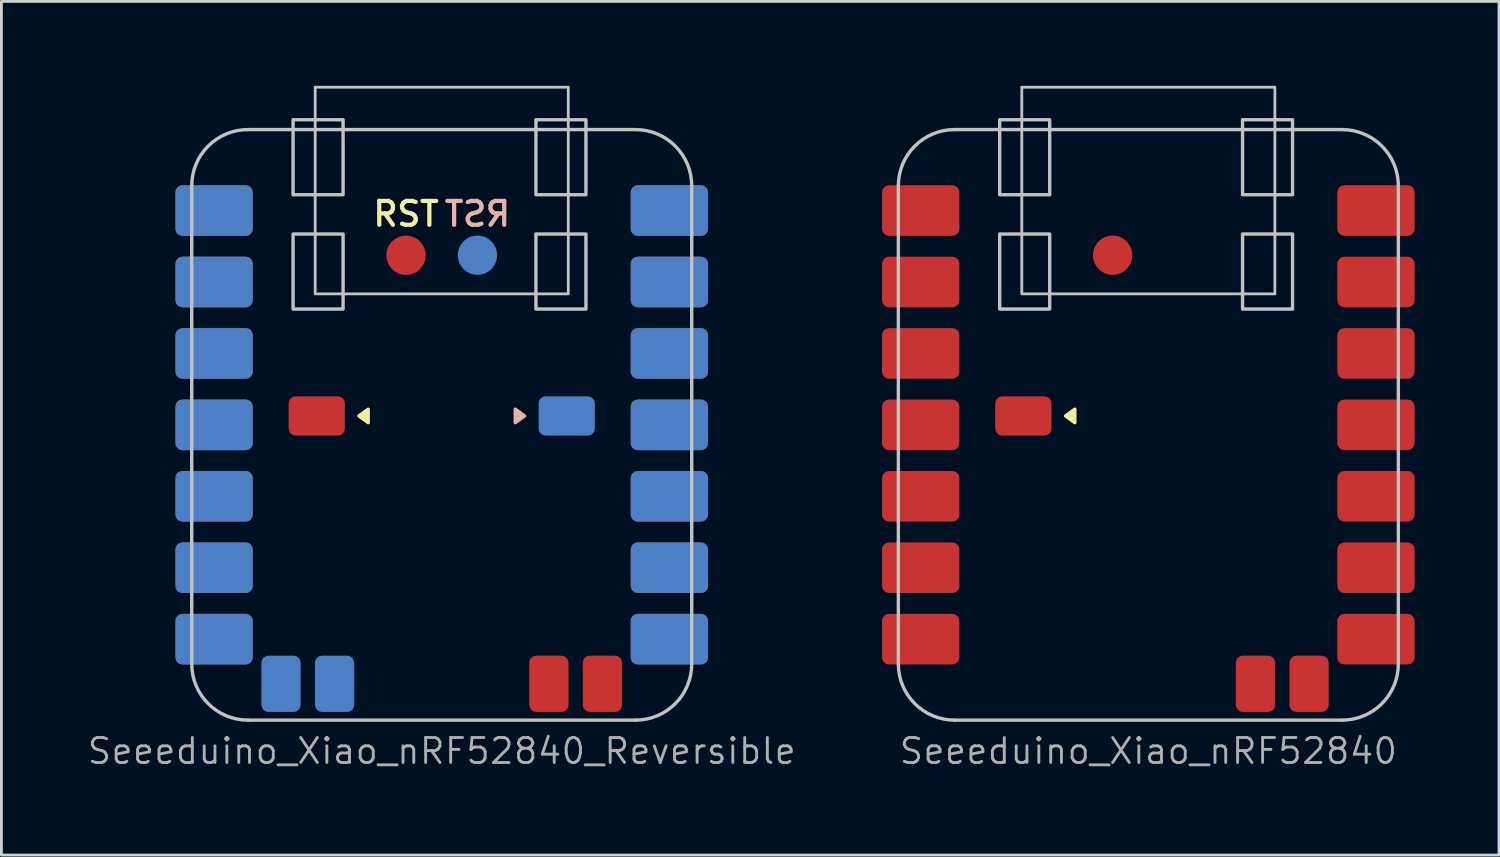
<source format=kicad_pcb>
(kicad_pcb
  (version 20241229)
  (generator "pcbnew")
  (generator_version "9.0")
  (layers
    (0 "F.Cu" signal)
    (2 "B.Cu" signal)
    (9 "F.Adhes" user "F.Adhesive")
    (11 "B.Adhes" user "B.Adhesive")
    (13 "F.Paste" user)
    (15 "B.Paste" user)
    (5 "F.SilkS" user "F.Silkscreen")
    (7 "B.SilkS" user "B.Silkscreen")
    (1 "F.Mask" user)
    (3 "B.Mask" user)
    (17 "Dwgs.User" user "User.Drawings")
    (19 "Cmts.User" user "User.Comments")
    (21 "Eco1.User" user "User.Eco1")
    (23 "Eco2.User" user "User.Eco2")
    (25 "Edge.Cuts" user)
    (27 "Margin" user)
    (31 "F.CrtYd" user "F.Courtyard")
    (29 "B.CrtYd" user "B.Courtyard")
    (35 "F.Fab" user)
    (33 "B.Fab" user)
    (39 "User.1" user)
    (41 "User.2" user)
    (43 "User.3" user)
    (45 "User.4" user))
  (footprint "Seeeduino_Xiao_nRF52840"
    (layer "F.Cu")
    (at 37.785 12.058)
    (property "Reference" "Seeeduino_Xiao_nRF52840" (at 0 11.6 0) (layer "F.Fab") (effects (font (size 0.889 0.889) (thickness 0.102))))
    (attr smd exclude_from_pos_files)
    (fp_poly (pts (xy -2.945 -0.317) (xy -2.615 -0.077) (xy -2.615 -0.557) (xy -2.945 -0.317)) (stroke (width 0.12) (type solid)) (fill yes) (layer "F.SilkS"))
    (fp_line (start -8.89 -8.5) (end -8.89 8.5) (stroke (width 0.12) (type default)) (layer "Dwgs.User"))
    (fp_line (start -6.89 10.5) (end 6.89 10.5) (stroke (width 0.12) (type default)) (layer "Dwgs.User"))
    (fp_line (start 6.89 -10.5) (end -6.89 -10.5) (stroke (width 0.12) (type default)) (layer "Dwgs.User"))
    (fp_line (start 8.89 8.5) (end 8.89 -8.5) (stroke (width 0.12) (type default)) (layer "Dwgs.User"))
    (fp_rect (start -5.286 -6.786) (end -3.508 -4.119) (stroke (width 0.12) (type solid)) (fill no) (layer "Dwgs.User"))
    (fp_rect (start -4.5 -12.008) (end 4.5 -4.658) (stroke (width 0.1) (type default)) (fill no) (layer "Dwgs.User"))
    (fp_rect (start -3.508 -8.183) (end -5.286 -10.85) (stroke (width 0.12) (type solid)) (fill no) (layer "Dwgs.User"))
    (fp_rect (start 3.35 -10.85) (end 5.128 -8.183) (stroke (width 0.12) (type solid)) (fill no) (layer "Dwgs.User"))
    (fp_rect (start 3.35 -6.786) (end 5.128 -4.119) (stroke (width 0.12) (type solid)) (fill no) (layer "Dwgs.User"))
    (fp_arc (start -8.89 -8.5) (mid -8.304214 -9.914214) (end -6.89 -10.5) (stroke (width 0.12) (type default)) (layer "Dwgs.User"))
    (fp_arc (start -6.89 10.5) (mid -8.304214 9.914214) (end -8.89 8.5) (stroke (width 0.12) (type default)) (layer "Dwgs.User"))
    (fp_arc (start 6.89 -10.5) (mid 8.304214 -9.914214) (end 8.89 -8.5) (stroke (width 0.12) (type default)) (layer "Dwgs.User"))
    (fp_arc (start 8.89 8.5) (mid 8.304214 9.914214) (end 6.89 10.5) (stroke (width 0.12) (type default)) (layer "Dwgs.User"))
    (pad "1" smd roundrect (at -8.57 -7.62 180) (size 2.75 1.8) (drill (offset -0.475 0)) (layers "F.Cu" "F.Mask" "F.Paste") (roundrect_rratio 0.139))
    (pad "2" smd roundrect (at -8.57 -5.08 180) (size 2.75 1.8) (drill (offset -0.475 0)) (layers "F.Cu" "F.Mask" "F.Paste") (roundrect_rratio 0.139))
    (pad "3" smd roundrect (at -8.57 -2.54 180) (size 2.75 1.8) (drill (offset -0.475 0)) (layers "F.Cu" "F.Mask" "F.Paste") (roundrect_rratio 0.139))
    (pad "4" smd roundrect (at -8.57 0 180) (size 2.75 1.8) (drill (offset -0.475 0)) (layers "F.Cu" "F.Mask" "F.Paste") (roundrect_rratio 0.139))
    (pad "5" smd roundrect (at -8.57 2.54 180) (size 2.75 1.8) (drill (offset -0.475 0)) (layers "F.Cu" "F.Mask" "F.Paste") (roundrect_rratio 0.139))
    (pad "6" smd roundrect (at -8.57 5.08 180) (size 2.75 1.8) (drill (offset -0.475 0)) (layers "F.Cu" "F.Mask" "F.Paste") (roundrect_rratio 0.139))
    (pad "7" smd roundrect (at -8.57 7.62 180) (size 2.75 1.8) (drill (offset -0.475 0)) (layers "F.Cu" "F.Mask" "F.Paste") (roundrect_rratio 0.139))
    (pad "8" smd roundrect (at 8.57 7.62) (size 2.75 1.8) (drill (offset -0.475 0)) (layers "F.Cu" "F.Mask" "F.Paste") (roundrect_rratio 0.139))
    (pad "9" smd roundrect (at 8.57 5.08) (size 2.75 1.8) (drill (offset -0.475 0)) (layers "F.Cu" "F.Mask" "F.Paste") (roundrect_rratio 0.139))
    (pad "10" smd roundrect (at 8.57 2.54) (size 2.75 1.8) (drill (offset -0.475 0)) (layers "F.Cu" "F.Mask" "F.Paste") (roundrect_rratio 0.139))
    (pad "11" smd roundrect (at 8.57 0) (size 2.75 1.8) (drill (offset -0.475 0)) (layers "F.Cu" "F.Mask" "F.Paste") (roundrect_rratio 0.139))
    (pad "12" smd roundrect (at 8.57 -2.54) (size 2.75 1.8) (drill (offset -0.475 0)) (layers "F.Cu" "F.Mask" "F.Paste") (roundrect_rratio 0.139))
    (pad "13" smd roundrect (at 8.57 -5.08) (size 2.75 1.8) (drill (offset -0.475 0)) (layers "F.Cu" "F.Mask" "F.Paste") (roundrect_rratio 0.139))
    (pad "14" smd roundrect (at 8.57 -7.62) (size 2.75 1.8) (drill (offset -0.475 0)) (layers "F.Cu" "F.Mask" "F.Paste") (roundrect_rratio 0.139))
    (pad "16" smd roundrect (at -4.445 -0.317 180) (size 2 1.397) (layers "F.Cu" "F.Mask" "F.Paste") (roundrect_rratio 0.179))
    (pad "17" smd roundrect (at 3.81 9.208 180) (size 1.397 2) (layers "F.Cu" "F.Mask" "F.Paste") (roundrect_rratio 0.179))
    (pad "18" smd roundrect (at 5.715 9.208 180) (size 1.397 2) (layers "F.Cu" "F.Mask" "F.Paste") (roundrect_rratio 0.179))
    (pad "21" smd circle (at -1.27 -6.032 90) (size 1.397 1.397) (layers "F.Cu" "F.Mask" "F.Paste")))
  (footprint "Seeeduino_Xiao_nRF52840_Reversible"
    (layer "F.Cu")
    (at 12.658 12.058)
    (property "Reference" "Seeeduino_Xiao_nRF52840_Reversible" (at 0 11.6 0) (layer "F.Fab") (effects (font (size 0.889 0.889) (thickness 0.102))))
    (attr smd exclude_from_pos_files)
    (fp_poly (pts (xy -2.945 -0.317) (xy -2.615 -0.077) (xy -2.615 -0.557) (xy -2.945 -0.317)) (stroke (width 0.12) (type solid)) (fill yes) (layer "F.SilkS"))
    (fp_poly (pts (xy 2.945 -0.317) (xy 2.615 -0.077) (xy 2.615 -0.557) (xy 2.945 -0.317)) (stroke (width 0.12) (type solid)) (fill yes) (layer "B.SilkS"))
    (fp_line (start -8.89 -8.5) (end -8.89 8.5) (stroke (width 0.12) (type default)) (layer "Dwgs.User"))
    (fp_line (start -6.89 10.5) (end 6.89 10.5) (stroke (width 0.12) (type default)) (layer "Dwgs.User"))
    (fp_line (start 6.89 -10.5) (end -6.89 -10.5) (stroke (width 0.12) (type default)) (layer "Dwgs.User"))
    (fp_line (start 8.89 8.5) (end 8.89 -8.5) (stroke (width 0.12) (type default)) (layer "Dwgs.User"))
    (fp_rect (start -5.286 -6.786) (end -3.508 -4.119) (stroke (width 0.12) (type solid)) (fill no) (layer "Dwgs.User"))
    (fp_rect (start -4.5 -12.008) (end 4.5 -4.658) (stroke (width 0.1) (type default)) (fill no) (layer "Dwgs.User"))
    (fp_rect (start -3.508 -8.183) (end -5.286 -10.85) (stroke (width 0.12) (type solid)) (fill no) (layer "Dwgs.User"))
    (fp_rect (start 3.35 -10.85) (end 5.128 -8.183) (stroke (width 0.12) (type solid)) (fill no) (layer "Dwgs.User"))
    (fp_rect (start 3.35 -6.786) (end 5.128 -4.119) (stroke (width 0.12) (type solid)) (fill no) (layer "Dwgs.User"))
    (fp_arc (start -8.89 -8.5) (mid -8.304214 -9.914214) (end -6.89 -10.5) (stroke (width 0.12) (type default)) (layer "Dwgs.User"))
    (fp_arc (start -6.89 10.5) (mid -8.304214 9.914214) (end -8.89 8.5) (stroke (width 0.12) (type default)) (layer "Dwgs.User"))
    (fp_arc (start 6.89 -10.5) (mid 8.304214 -9.914214) (end 8.89 -8.5) (stroke (width 0.12) (type default)) (layer "Dwgs.User"))
    (fp_arc (start 8.89 8.5) (mid 8.304214 9.914214) (end 6.89 10.5) (stroke (width 0.12) (type default)) (layer "Dwgs.User"))
    (fp_text user "RST" (at -1.27 -7.5 0) (unlocked yes) (layer "F.SilkS") (effects (font (size 0.85 0.85) (thickness 0.15) (bold yes))))
    (fp_text user "RST" (at 1.27 -7.5 0) (unlocked yes) (layer "B.SilkS") (effects (font (size 0.85 0.85) (thickness 0.15) (bold yes)) (justify mirror)))
    (pad "1" smd roundrect (at -8.57 -7.62 180) (size 2.75 1.8) (drill (offset -0.475 0)) (layers "F.Cu" "F.Mask" "F.Paste") (roundrect_rratio 0.139))
    (pad "1" smd roundrect (at 8.57 -7.62 180) (size 2.75 1.8) (drill (offset 0.475 0)) (layers "B.Cu" "B.Mask" "B.Paste") (roundrect_rratio 0.139))
    (pad "2" smd roundrect (at -8.57 -5.08 180) (size 2.75 1.8) (drill (offset -0.475 0)) (layers "F.Cu" "F.Mask" "F.Paste") (roundrect_rratio 0.139))
    (pad "2" smd roundrect (at 8.57 -5.08 180) (size 2.75 1.8) (drill (offset 0.475 0)) (layers "B.Cu" "B.Mask" "B.Paste") (roundrect_rratio 0.139))
    (pad "3" smd roundrect (at -8.57 -2.54 180) (size 2.75 1.8) (drill (offset -0.475 0)) (layers "F.Cu" "F.Mask" "F.Paste") (roundrect_rratio 0.139))
    (pad "3" smd roundrect (at 8.57 -2.54 180) (size 2.75 1.8) (drill (offset 0.475 0)) (layers "B.Cu" "B.Mask" "B.Paste") (roundrect_rratio 0.139))
    (pad "4" smd roundrect (at -8.57 0 180) (size 2.75 1.8) (drill (offset -0.475 0)) (layers "F.Cu" "F.Mask" "F.Paste") (roundrect_rratio 0.139))
    (pad "4" smd roundrect (at 8.57 0 180) (size 2.75 1.8) (drill (offset 0.475 0)) (layers "B.Cu" "B.Mask" "B.Paste") (roundrect_rratio 0.139))
    (pad "5" smd roundrect (at -8.57 2.54 180) (size 2.75 1.8) (drill (offset -0.475 0)) (layers "F.Cu" "F.Mask" "F.Paste") (roundrect_rratio 0.139))
    (pad "5" smd roundrect (at 8.57 2.54 180) (size 2.75 1.8) (drill (offset 0.475 0)) (layers "B.Cu" "B.Mask" "B.Paste") (roundrect_rratio 0.139))
    (pad "6" smd roundrect (at -8.57 5.08 180) (size 2.75 1.8) (drill (offset -0.475 0)) (layers "F.Cu" "F.Mask" "F.Paste") (roundrect_rratio 0.139))
    (pad "6" smd roundrect (at 8.57 5.08 180) (size 2.75 1.8) (drill (offset 0.475 0)) (layers "B.Cu" "B.Mask" "B.Paste") (roundrect_rratio 0.139))
    (pad "7" smd roundrect (at -8.57 7.62 180) (size 2.75 1.8) (drill (offset -0.475 0)) (layers "F.Cu" "F.Mask" "F.Paste") (roundrect_rratio 0.139))
    (pad "7" smd roundrect (at 8.57 7.62 180) (size 2.75 1.8) (drill (offset 0.475 0)) (layers "B.Cu" "B.Mask" "B.Paste") (roundrect_rratio 0.139))
    (pad "8" smd roundrect (at -8.57 7.62) (size 2.75 1.8) (drill (offset 0.475 0)) (layers "B.Cu" "B.Mask" "B.Paste") (roundrect_rratio 0.139))
    (pad "8" smd roundrect (at 8.57 7.62) (size 2.75 1.8) (drill (offset -0.475 0)) (layers "F.Cu" "F.Mask" "F.Paste") (roundrect_rratio 0.139))
    (pad "9" smd roundrect (at -8.57 5.08) (size 2.75 1.8) (drill (offset 0.475 0)) (layers "B.Cu" "B.Mask" "B.Paste") (roundrect_rratio 0.139))
    (pad "9" smd roundrect (at 8.57 5.08) (size 2.75 1.8) (drill (offset -0.475 0)) (layers "F.Cu" "F.Mask" "F.Paste") (roundrect_rratio 0.139))
    (pad "10" smd roundrect (at -8.57 2.54) (size 2.75 1.8) (drill (offset 0.475 0)) (layers "B.Cu" "B.Mask" "B.Paste") (roundrect_rratio 0.139))
    (pad "10" smd roundrect (at 8.57 2.54) (size 2.75 1.8) (drill (offset -0.475 0)) (layers "F.Cu" "F.Mask" "F.Paste") (roundrect_rratio 0.139))
    (pad "11" smd roundrect (at -8.57 0) (size 2.75 1.8) (drill (offset 0.475 0)) (layers "B.Cu" "B.Mask" "B.Paste") (roundrect_rratio 0.139))
    (pad "11" smd roundrect (at 8.57 0) (size 2.75 1.8) (drill (offset -0.475 0)) (layers "F.Cu" "F.Mask" "F.Paste") (roundrect_rratio 0.139))
    (pad "12" smd roundrect (at -8.57 -2.54) (size 2.75 1.8) (drill (offset 0.475 0)) (layers "B.Cu" "B.Mask" "B.Paste") (roundrect_rratio 0.139))
    (pad "12" smd roundrect (at 8.57 -2.54) (size 2.75 1.8) (drill (offset -0.475 0)) (layers "F.Cu" "F.Mask" "F.Paste") (roundrect_rratio 0.139))
    (pad "13" smd roundrect (at -8.57 -5.08) (size 2.75 1.8) (drill (offset 0.475 0)) (layers "B.Cu" "B.Mask" "B.Paste") (roundrect_rratio 0.139))
    (pad "13" smd roundrect (at 8.57 -5.08) (size 2.75 1.8) (drill (offset -0.475 0)) (layers "F.Cu" "F.Mask" "F.Paste") (roundrect_rratio 0.139))
    (pad "14" smd roundrect (at -8.57 -7.62) (size 2.75 1.8) (drill (offset 0.475 0)) (layers "B.Cu" "B.Mask" "B.Paste") (roundrect_rratio 0.139))
    (pad "14" smd roundrect (at 8.57 -7.62) (size 2.75 1.8) (drill (offset -0.475 0)) (layers "F.Cu" "F.Mask" "F.Paste") (roundrect_rratio 0.139))
    (pad "16" smd roundrect (at -4.445 -0.317 180) (size 2 1.397) (layers "F.Cu" "F.Mask" "F.Paste") (roundrect_rratio 0.179))
    (pad "16" smd roundrect (at 4.445 -0.317 180) (size 2 1.397) (layers "B.Cu" "B.Mask" "B.Paste") (roundrect_rratio 0.179))
    (pad "17" smd roundrect (at -3.81 9.208 180) (size 1.397 2) (layers "B.Cu" "B.Mask" "B.Paste") (roundrect_rratio 0.179))
    (pad "17" smd roundrect (at 3.81 9.208 180) (size 1.397 2) (layers "F.Cu" "F.Mask" "F.Paste") (roundrect_rratio 0.179))
    (pad "18" smd roundrect (at -5.715 9.208 180) (size 1.397 2) (layers "B.Cu" "B.Mask" "B.Paste") (roundrect_rratio 0.179))
    (pad "18" smd roundrect (at 5.715 9.208 180) (size 1.397 2) (layers "F.Cu" "F.Mask" "F.Paste") (roundrect_rratio 0.179))
    (pad "21" smd circle (at -1.27 -6.032 90) (size 1.397 1.397) (layers "F.Cu" "F.Mask" "F.Paste"))
    (pad "21" smd circle (at 1.27 -6.032 270) (size 1.397 1.397) (layers "B.Cu" "B.Mask" "B.Paste")))
  (gr_rect
    (start -3 -3)
    (end 50.255 27.356)
    (stroke (width 0.1) (type default))
    (fill no)
    (layer "Edge.Cuts")))
</source>
